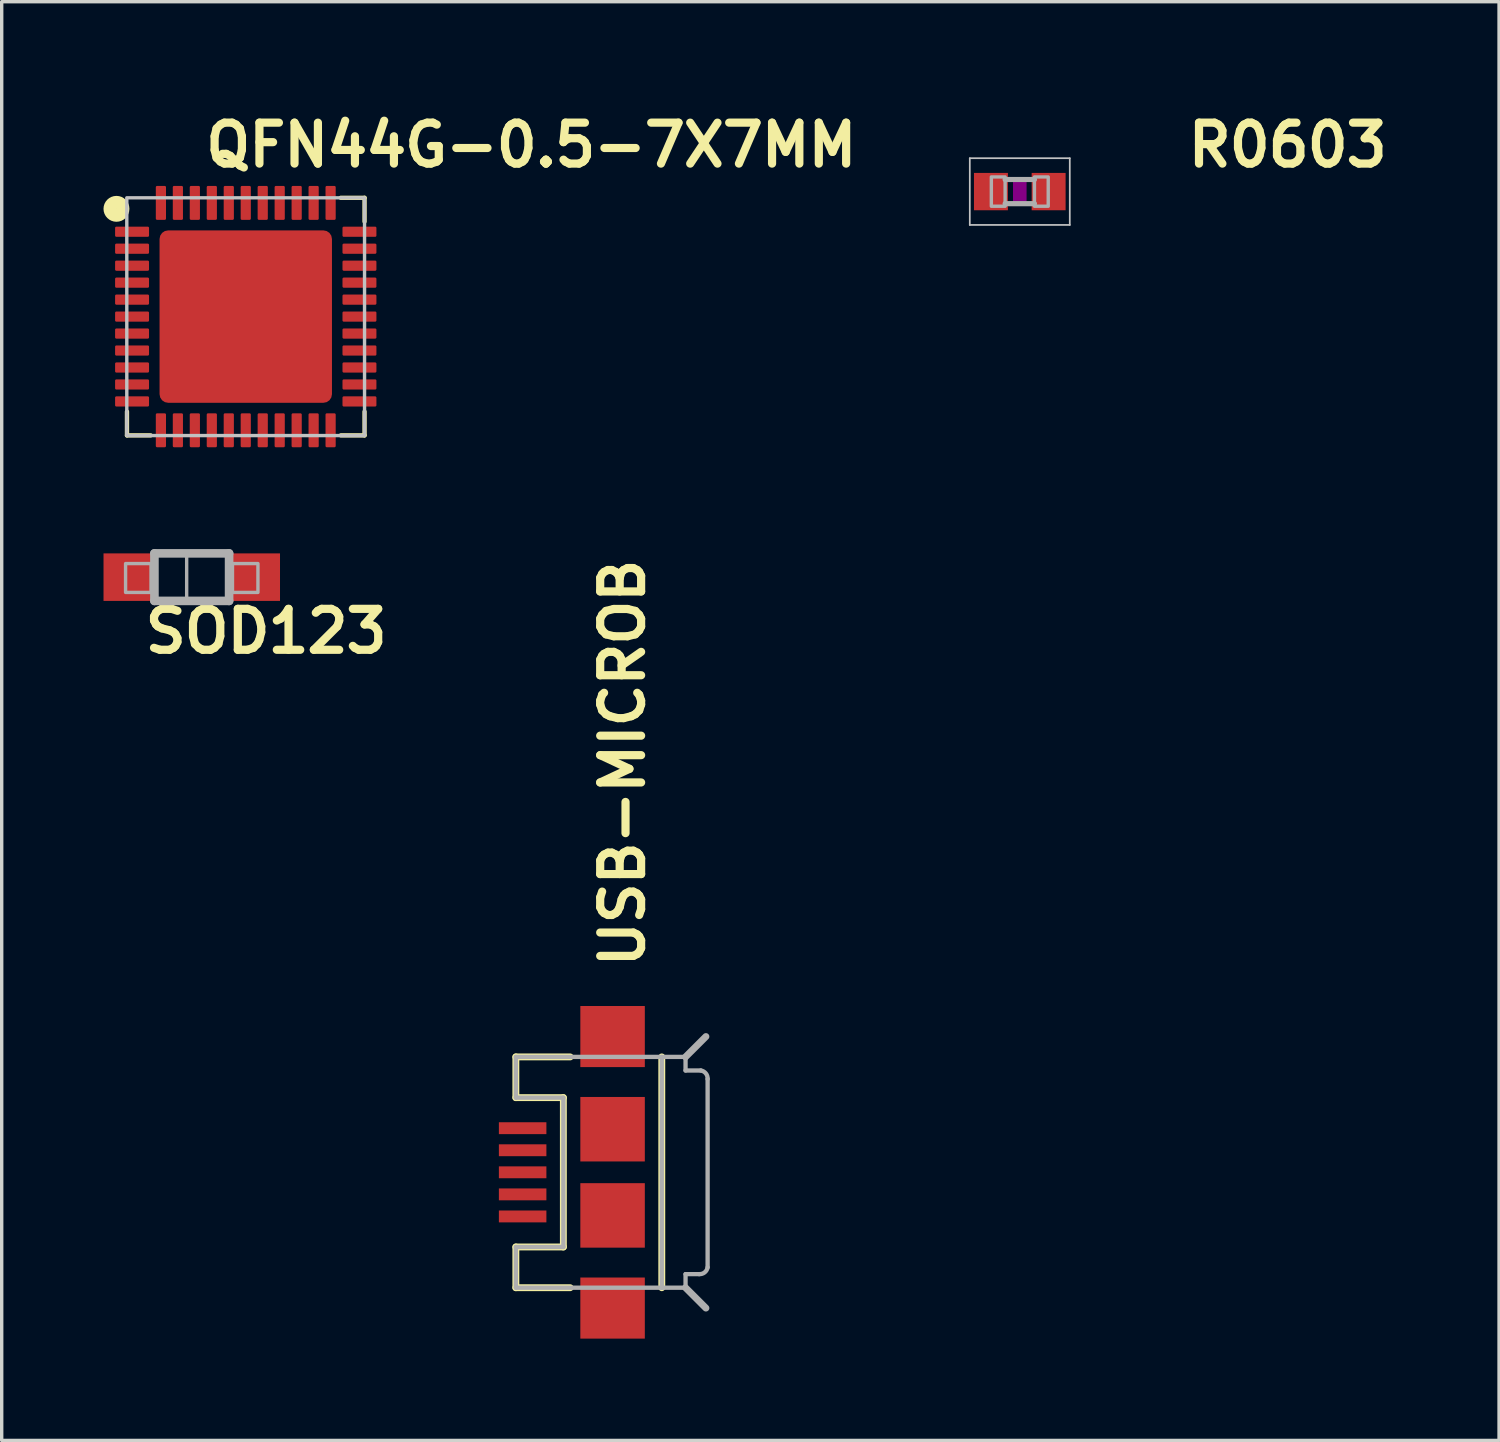
<source format=kicad_pcb>
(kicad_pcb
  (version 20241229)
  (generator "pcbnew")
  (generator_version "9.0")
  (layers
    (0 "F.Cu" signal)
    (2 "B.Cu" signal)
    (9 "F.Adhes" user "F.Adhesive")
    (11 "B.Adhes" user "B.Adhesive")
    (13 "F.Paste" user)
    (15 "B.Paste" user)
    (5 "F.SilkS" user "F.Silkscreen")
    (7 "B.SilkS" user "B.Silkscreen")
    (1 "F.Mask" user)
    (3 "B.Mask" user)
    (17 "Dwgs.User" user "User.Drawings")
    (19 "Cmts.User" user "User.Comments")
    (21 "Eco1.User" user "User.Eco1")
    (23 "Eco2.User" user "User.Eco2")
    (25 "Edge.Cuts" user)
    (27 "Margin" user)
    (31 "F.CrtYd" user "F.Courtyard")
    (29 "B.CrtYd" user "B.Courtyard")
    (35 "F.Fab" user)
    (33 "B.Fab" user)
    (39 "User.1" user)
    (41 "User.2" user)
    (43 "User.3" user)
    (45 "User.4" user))
  (footprint "USB-MICROB"
    (layer "F.Cu")
    (at 14.999 31.491)
    (property "Reference" "USB-MICROB" (at 1.001 -5.93 270) (layer "F.SilkS") (effects (font (size 1.206 1.206) (thickness 0.241)) (justify left bottom)))
    (attr through_hole)
    (fp_line (start -2.85 -3.4) (end -2.85 -2.2) (stroke (width 0.203) (type solid)) (layer "F.SilkS"))
    (fp_line (start -2.85 2.2) (end -1.45 2.2) (stroke (width 0.203) (type solid)) (layer "F.SilkS"))
    (fp_line (start -2.85 3.4) (end -2.85 2.2) (stroke (width 0.203) (type solid)) (layer "F.SilkS"))
    (fp_line (start -1.45 -2.2) (end -2.85 -2.2) (stroke (width 0.203) (type solid)) (layer "F.SilkS"))
    (fp_line (start -1.45 2.2) (end -1.45 -2.2) (stroke (width 0.203) (type solid)) (layer "F.SilkS"))
    (fp_line (start -1.25 -3.4) (end -2.85 -3.4) (stroke (width 0.203) (type solid)) (layer "F.SilkS"))
    (fp_line (start -1.25 3.4) (end -2.85 3.4) (stroke (width 0.203) (type solid)) (layer "F.SilkS"))
    (fp_line (start 1.45 3.4) (end 1.45 -3.4) (stroke (width 0.203) (type solid)) (layer "F.SilkS"))
    (fp_line (start -2.85 -3.4) (end -2.85 -2.2) (stroke (width 0.127) (type solid)) (layer "F.Fab"))
    (fp_line (start -2.85 -3.4) (end 1.45 -3.4) (stroke (width 0.127) (type solid)) (layer "F.Fab"))
    (fp_line (start -2.85 3.4) (end -2.85 2.2) (stroke (width 0.127) (type solid)) (layer "F.Fab"))
    (fp_line (start -1.45 -2.2) (end -2.85 -2.2) (stroke (width 0.127) (type solid)) (layer "F.Fab"))
    (fp_line (start -1.45 2.2) (end -2.85 2.2) (stroke (width 0.127) (type solid)) (layer "F.Fab"))
    (fp_line (start -1.45 2.2) (end -1.45 -2.2) (stroke (width 0.127) (type solid)) (layer "F.Fab"))
    (fp_line (start 1.45 -3.4) (end 2.15 -3.4) (stroke (width 0.127) (type solid)) (layer "F.Fab"))
    (fp_line (start 1.45 3.4) (end -2.85 3.4) (stroke (width 0.127) (type solid)) (layer "F.Fab"))
    (fp_line (start 1.45 3.4) (end 1.45 -3.4) (stroke (width 0.127) (type solid)) (layer "F.Fab"))
    (fp_line (start 2.15 -3.4) (end 2.75 -4) (stroke (width 0.203) (type solid)) (layer "F.Fab"))
    (fp_line (start 2.15 -3) (end 2.15 -3.4) (stroke (width 0.127) (type solid)) (layer "F.Fab"))
    (fp_line (start 2.15 3) (end 2.55 3) (stroke (width 0.127) (type solid)) (layer "F.Fab"))
    (fp_line (start 2.15 3.4) (end 1.45 3.4) (stroke (width 0.127) (type solid)) (layer "F.Fab"))
    (fp_line (start 2.15 3.4) (end 2.15 3) (stroke (width 0.127) (type solid)) (layer "F.Fab"))
    (fp_line (start 2.15 3.4) (end 2.75 4) (stroke (width 0.203) (type solid)) (layer "F.Fab"))
    (fp_line (start 2.6 -3) (end 2.15 -3) (stroke (width 0.127) (type solid)) (layer "F.Fab"))
    (fp_line (start 2.8 2.8) (end 2.8 -2.75) (stroke (width 0.127) (type solid)) (layer "F.Fab"))
    (fp_arc (start 2.599998 -3) (mid 2.748325 -2.913661) (end 2.8 -2.75) (stroke (width 0.127) (type solid)) (layer "F.Fab"))
    (fp_arc (start 2.8 2.799998) (mid 2.713661 2.948325) (end 2.55 3) (stroke (width 0.127) (type solid)) (layer "F.Fab"))
    (pad "D+" smd rect (at -2.65 0 180) (size 1.4 0.35) (layers "F.Cu" "F.Mask" "F.Paste"))
    (pad "D-" smd rect (at -2.65 0.65 180) (size 1.4 0.35) (layers "F.Cu" "F.Mask" "F.Paste"))
    (pad "GND" smd rect (at -2.65 -1.3 180) (size 1.4 0.35) (layers "F.Cu" "F.Mask" "F.Paste"))
    (pad "ID" smd rect (at -2.65 -0.65 180) (size 1.4 0.35) (layers "F.Cu" "F.Mask" "F.Paste"))
    (pad "MT1" smd rect (at 0 4 90) (size 1.8 1.9) (layers "F.Cu" "F.Mask" "F.Paste"))
    (pad "MT2" smd rect (at 0 -4 90) (size 1.8 1.9) (layers "F.Cu" "F.Mask" "F.Paste"))
    (pad "P$1" smd rect (at 0 1.27 90) (size 1.9 1.9) (layers "F.Cu" "F.Mask" "F.Paste"))
    (pad "P$2" smd rect (at 0 -1.27 90) (size 1.9 1.9) (layers "F.Cu" "F.Mask" "F.Paste"))
    (pad "VBUS" smd rect (at -2.65 1.3 180) (size 1.4 0.35) (layers "F.Cu" "F.Mask" "F.Paste")))
  (footprint "SOD123"
    (layer "F.Cu")
    (at 2.6 13.955)
    (property "Reference" "SOD123" (at -1.5 2.3 180) (layer "F.SilkS") (effects (font (size 1.206 1.206) (thickness 0.241)) (justify left bottom)))
    (attr through_hole)
    (fp_line (start -1.1 -0.7) (end 1.1 -0.7) (stroke (width 0.254) (type solid)) (layer "F.Fab"))
    (fp_line (start -1.1 0.7) (end -1.1 -0.7) (stroke (width 0.254) (type solid)) (layer "F.Fab"))
    (fp_line (start 1.1 -0.7) (end 1.1 0.7) (stroke (width 0.254) (type solid)) (layer "F.Fab"))
    (fp_line (start 1.1 0.7) (end -1.1 0.7) (stroke (width 0.254) (type solid)) (layer "F.Fab"))
    (fp_poly (pts (xy -1.95 0.45) (xy -1.2 0.45) (xy -1.2 -0.4) (xy -1.95 -0.4)) (stroke (width 0.1) (type solid)) (fill no) (layer "F.Fab"))
    (fp_poly (pts (xy -1.05 0.65) (xy -0.15 0.65) (xy -0.15 -0.7) (xy -1.05 -0.7)) (stroke (width 0.1) (type solid)) (fill no) (layer "F.Fab"))
    (fp_poly (pts (xy 1.2 0.45) (xy 1.95 0.45) (xy 1.95 -0.4) (xy 1.2 -0.4)) (stroke (width 0.1) (type solid)) (fill no) (layer "F.Fab"))
    (pad "A" smd rect (at 1.9 0) (size 1.4 1.4) (layers "F.Cu" "F.Mask" "F.Paste"))
    (pad "C" smd rect (at -1.9 0) (size 1.4 1.4) (layers "F.Cu" "F.Mask" "F.Paste")))
  (footprint "R0603"
    (layer "F.Cu")
    (at 26.997 2.595)
    (property "Reference" "R0603" (at 4.835 -0.665 180) (layer "F.SilkS") (effects (font (size 1.206 1.206) (thickness 0.241)) (justify left bottom)))
    (attr through_hole)
    (fp_poly (pts (xy -0.2 0.4) (xy 0.2 0.4) (xy 0.2 -0.4) (xy -0.2 -0.4)) (stroke (width 0) (type solid)) (fill yes) (layer "F.Adhes"))
    (fp_line (start -1.473 -0.983) (end 1.473 -0.983) (stroke (width 0.051) (type solid)) (layer "Dwgs.User"))
    (fp_line (start -1.473 0.983) (end -1.473 -0.983) (stroke (width 0.051) (type solid)) (layer "Dwgs.User"))
    (fp_line (start 1.473 -0.983) (end 1.473 0.983) (stroke (width 0.051) (type solid)) (layer "Dwgs.User"))
    (fp_line (start 1.473 0.983) (end -1.473 0.983) (stroke (width 0.051) (type solid)) (layer "Dwgs.User"))
    (fp_line (start -0.432 0.356) (end 0.432 0.356) (stroke (width 0.152) (type solid)) (layer "F.Fab"))
    (fp_line (start 0.432 -0.356) (end -0.432 -0.356) (stroke (width 0.152) (type solid)) (layer "F.Fab"))
    (fp_poly (pts (xy -0.838 0.432) (xy -0.432 0.432) (xy -0.432 -0.432) (xy -0.838 -0.432)) (stroke (width 0.1) (type solid)) (fill no) (layer "F.Fab"))
    (fp_poly (pts (xy 0.432 0.432) (xy 0.838 0.432) (xy 0.838 -0.432) (xy 0.432 -0.432)) (stroke (width 0.1) (type solid)) (fill no) (layer "F.Fab"))
    (pad "1" smd rect (at -0.85 0) (size 1 1.1) (layers "F.Cu" "F.Mask" "F.Paste"))
    (pad "2" smd rect (at 0.85 0) (size 1 1.1) (layers "F.Cu" "F.Mask" "F.Paste")))
  (footprint "QFN44G-0.5-7X7MM"
    (layer "F.Cu")
    (at 4.191 6.278)
    (property "Reference" "QFN44G-0.5-7X7MM" (at -1.306 -4.348 180) (layer "F.SilkS") (effects (font (size 1.206 1.206) (thickness 0.241)) (justify left bottom)))
    (attr through_hole)
    (fp_line (start -3.5 2.8) (end -3.5 3.5) (stroke (width 0.127) (type solid)) (layer "F.SilkS"))
    (fp_line (start -3.5 3.5) (end -2.8 3.5) (stroke (width 0.127) (type solid)) (layer "F.SilkS"))
    (fp_line (start 2.8 3.5) (end 3.5 3.5) (stroke (width 0.127) (type solid)) (layer "F.SilkS"))
    (fp_line (start 3.5 -3.5) (end 2.8 -3.5) (stroke (width 0.127) (type solid)) (layer "F.SilkS"))
    (fp_line (start 3.5 -2.8) (end 3.5 -3.5) (stroke (width 0.127) (type solid)) (layer "F.SilkS"))
    (fp_line (start 3.5 3.5) (end 3.5 2.8) (stroke (width 0.127) (type solid)) (layer "F.SilkS"))
    (fp_circle (center -3.81 -3.175) (end -3.619 -3.175) (stroke (width 0.381) (type solid)) (fill no) (layer "F.SilkS"))
    (fp_poly (pts (xy -3.505 3.505) (xy 3.5 3.505) (xy 3.5 -3.5) (xy -3.505 -3.5)) (stroke (width 0.1) (type solid)) (fill no) (layer "Dwgs.User"))
    (pad "1" smd roundrect (at -3.35 -2.5 180) (size 1 0.3) (layers "F.Cu" "F.Mask" "F.Paste") (roundrect_rratio 0.125))
    (pad "2" smd roundrect (at -3.35 -2 180) (size 1 0.3) (layers "F.Cu" "F.Mask" "F.Paste") (roundrect_rratio 0.125))
    (pad "3" smd roundrect (at -3.35 -1.5 180) (size 1 0.3) (layers "F.Cu" "F.Mask" "F.Paste") (roundrect_rratio 0.125))
    (pad "4" smd roundrect (at -3.35 -1 180) (size 1 0.3) (layers "F.Cu" "F.Mask" "F.Paste") (roundrect_rratio 0.125))
    (pad "5" smd roundrect (at -3.35 -0.5 180) (size 1 0.3) (layers "F.Cu" "F.Mask" "F.Paste") (roundrect_rratio 0.125))
    (pad "6" smd roundrect (at -3.35 0 180) (size 1 0.3) (layers "F.Cu" "F.Mask" "F.Paste") (roundrect_rratio 0.125))
    (pad "7" smd roundrect (at -3.35 0.5 180) (size 1 0.3) (layers "F.Cu" "F.Mask" "F.Paste") (roundrect_rratio 0.125))
    (pad "8" smd roundrect (at -3.35 1 180) (size 1 0.3) (layers "F.Cu" "F.Mask" "F.Paste") (roundrect_rratio 0.125))
    (pad "9" smd roundrect (at -3.35 1.5 180) (size 1 0.3) (layers "F.Cu" "F.Mask" "F.Paste") (roundrect_rratio 0.125))
    (pad "10" smd roundrect (at -3.35 2 180) (size 1 0.3) (layers "F.Cu" "F.Mask" "F.Paste") (roundrect_rratio 0.125))
    (pad "11" smd roundrect (at -3.35 2.5 180) (size 1 0.3) (layers "F.Cu" "F.Mask" "F.Paste") (roundrect_rratio 0.125))
    (pad "12" smd roundrect (at -2.5 3.35 270) (size 1 0.3) (layers "F.Cu" "F.Mask" "F.Paste") (roundrect_rratio 0.125))
    (pad "13" smd roundrect (at -2 3.35 270) (size 1 0.3) (layers "F.Cu" "F.Mask" "F.Paste") (roundrect_rratio 0.125))
    (pad "14" smd roundrect (at -1.5 3.35 270) (size 1 0.3) (layers "F.Cu" "F.Mask" "F.Paste") (roundrect_rratio 0.125))
    (pad "15" smd roundrect (at -1 3.35 270) (size 1 0.3) (layers "F.Cu" "F.Mask" "F.Paste") (roundrect_rratio 0.125))
    (pad "16" smd roundrect (at -0.5 3.35 270) (size 1 0.3) (layers "F.Cu" "F.Mask" "F.Paste") (roundrect_rratio 0.125))
    (pad "17" smd roundrect (at 0 3.35 270) (size 1 0.3) (layers "F.Cu" "F.Mask" "F.Paste") (roundrect_rratio 0.125))
    (pad "18" smd roundrect (at 0.5 3.35 270) (size 1 0.3) (layers "F.Cu" "F.Mask" "F.Paste") (roundrect_rratio 0.125))
    (pad "19" smd roundrect (at 1 3.35 270) (size 1 0.3) (layers "F.Cu" "F.Mask" "F.Paste") (roundrect_rratio 0.125))
    (pad "20" smd roundrect (at 1.5 3.35 270) (size 1 0.3) (layers "F.Cu" "F.Mask" "F.Paste") (roundrect_rratio 0.125))
    (pad "21" smd roundrect (at 2 3.35 270) (size 1 0.3) (layers "F.Cu" "F.Mask" "F.Paste") (roundrect_rratio 0.125))
    (pad "22" smd roundrect (at 2.5 3.35 270) (size 1 0.3) (layers "F.Cu" "F.Mask" "F.Paste") (roundrect_rratio 0.125))
    (pad "23" smd roundrect (at 3.35 2.5) (size 1 0.3) (layers "F.Cu" "F.Mask" "F.Paste") (roundrect_rratio 0.125))
    (pad "24" smd roundrect (at 3.35 2) (size 1 0.3) (layers "F.Cu" "F.Mask" "F.Paste") (roundrect_rratio 0.125))
    (pad "25" smd roundrect (at 3.35 1.5) (size 1 0.3) (layers "F.Cu" "F.Mask" "F.Paste") (roundrect_rratio 0.125))
    (pad "26" smd roundrect (at 3.35 1) (size 1 0.3) (layers "F.Cu" "F.Mask" "F.Paste") (roundrect_rratio 0.125))
    (pad "27" smd roundrect (at 3.35 0.5) (size 1 0.3) (layers "F.Cu" "F.Mask" "F.Paste") (roundrect_rratio 0.125))
    (pad "28" smd roundrect (at 3.35 0) (size 1 0.3) (layers "F.Cu" "F.Mask" "F.Paste") (roundrect_rratio 0.125))
    (pad "29" smd roundrect (at 3.35 -0.5) (size 1 0.3) (layers "F.Cu" "F.Mask" "F.Paste") (roundrect_rratio 0.125))
    (pad "30" smd roundrect (at 3.35 -1) (size 1 0.3) (layers "F.Cu" "F.Mask" "F.Paste") (roundrect_rratio 0.125))
    (pad "31" smd roundrect (at 3.35 -1.5) (size 1 0.3) (layers "F.Cu" "F.Mask" "F.Paste") (roundrect_rratio 0.125))
    (pad "32" smd roundrect (at 3.35 -2) (size 1 0.3) (layers "F.Cu" "F.Mask" "F.Paste") (roundrect_rratio 0.125))
    (pad "33" smd roundrect (at 3.35 -2.5) (size 1 0.3) (layers "F.Cu" "F.Mask" "F.Paste") (roundrect_rratio 0.125))
    (pad "34" smd roundrect (at 2.5 -3.35 90) (size 1 0.3) (layers "F.Cu" "F.Mask" "F.Paste") (roundrect_rratio 0.125))
    (pad "35" smd roundrect (at 2 -3.35 90) (size 1 0.3) (layers "F.Cu" "F.Mask" "F.Paste") (roundrect_rratio 0.125))
    (pad "36" smd roundrect (at 1.5 -3.35 90) (size 1 0.3) (layers "F.Cu" "F.Mask" "F.Paste") (roundrect_rratio 0.125))
    (pad "37" smd roundrect (at 1 -3.35 90) (size 1 0.3) (layers "F.Cu" "F.Mask" "F.Paste") (roundrect_rratio 0.125))
    (pad "38" smd roundrect (at 0.5 -3.35 90) (size 1 0.3) (layers "F.Cu" "F.Mask" "F.Paste") (roundrect_rratio 0.125))
    (pad "39" smd roundrect (at 0 -3.35 90) (size 1 0.3) (layers "F.Cu" "F.Mask" "F.Paste") (roundrect_rratio 0.125))
    (pad "40" smd roundrect (at -0.5 -3.35 90) (size 1 0.3) (layers "F.Cu" "F.Mask" "F.Paste") (roundrect_rratio 0.125))
    (pad "41" smd roundrect (at -1 -3.35 90) (size 1 0.3) (layers "F.Cu" "F.Mask" "F.Paste") (roundrect_rratio 0.125))
    (pad "42" smd roundrect (at -1.5 -3.35 90) (size 1 0.3) (layers "F.Cu" "F.Mask" "F.Paste") (roundrect_rratio 0.125))
    (pad "43" smd roundrect (at -2 -3.35 90) (size 1 0.3) (layers "F.Cu" "F.Mask" "F.Paste") (roundrect_rratio 0.125))
    (pad "44" smd roundrect (at -2.5 -3.35 90) (size 1 0.3) (layers "F.Cu" "F.Mask" "F.Paste") (roundrect_rratio 0.125))
    (pad "TAB" smd roundrect (at 0 0) (size 5.08 5.08) (layers "F.Cu" "F.Mask" "F.Paste") (roundrect_rratio 0.05)))
  (gr_rect
    (start -3 -3)
    (end 41.118 39.391)
    (stroke (width 0.1) (type default))
    (fill no)
    (layer "Edge.Cuts")))
</source>
